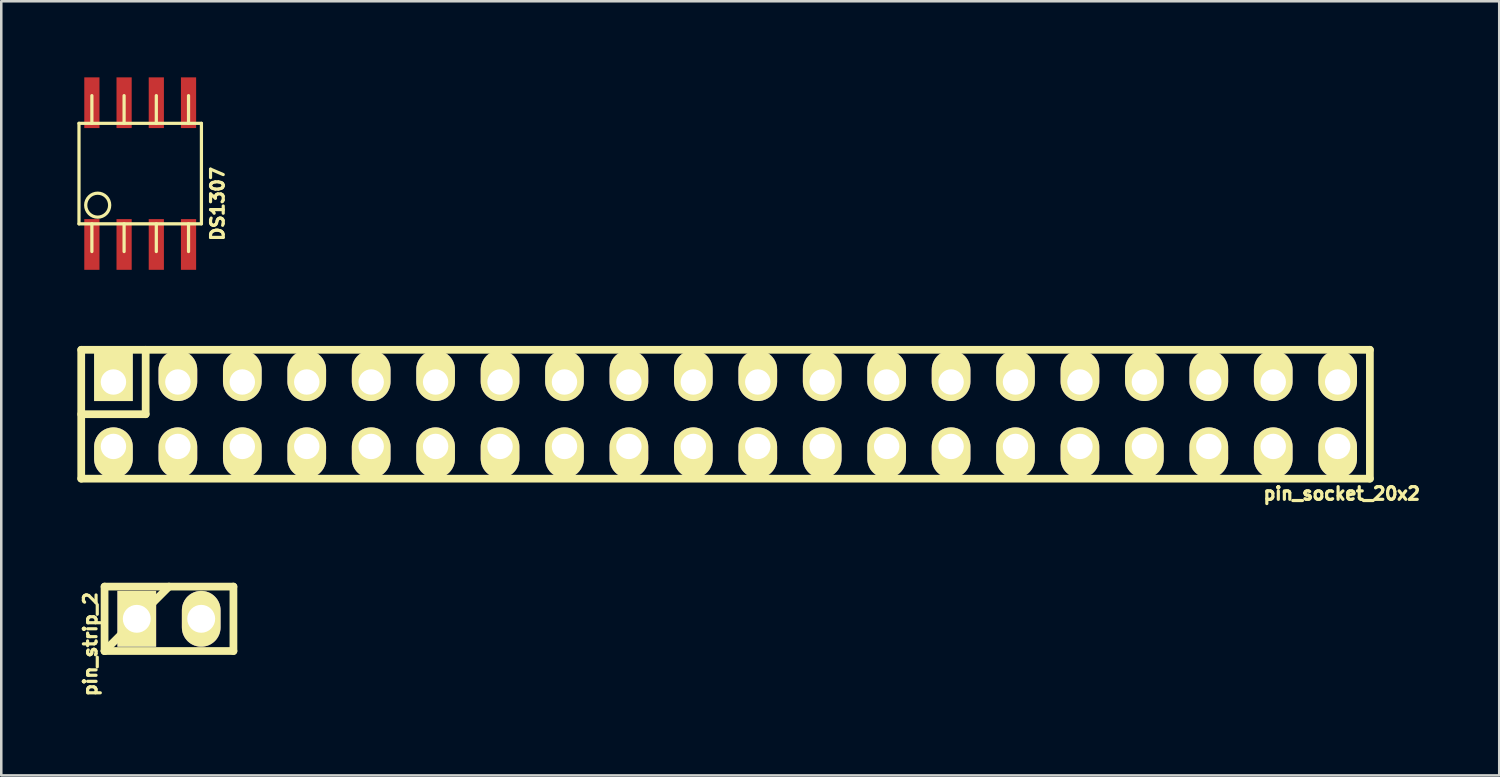
<source format=kicad_pcb>
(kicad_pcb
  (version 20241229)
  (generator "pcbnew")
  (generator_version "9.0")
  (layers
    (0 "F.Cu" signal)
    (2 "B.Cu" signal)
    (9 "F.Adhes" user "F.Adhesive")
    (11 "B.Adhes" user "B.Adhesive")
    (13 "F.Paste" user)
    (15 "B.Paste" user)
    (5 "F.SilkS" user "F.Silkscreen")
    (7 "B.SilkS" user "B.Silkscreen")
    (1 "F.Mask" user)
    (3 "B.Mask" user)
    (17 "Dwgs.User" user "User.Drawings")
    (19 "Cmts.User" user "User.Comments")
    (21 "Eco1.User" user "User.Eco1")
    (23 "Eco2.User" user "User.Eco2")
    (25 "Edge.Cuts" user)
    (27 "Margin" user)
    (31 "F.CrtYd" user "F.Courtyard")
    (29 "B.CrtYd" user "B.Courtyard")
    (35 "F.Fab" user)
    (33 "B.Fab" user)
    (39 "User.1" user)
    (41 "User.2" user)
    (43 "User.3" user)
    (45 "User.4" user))
  (footprint "pin_strip_2"
    (layer "F.Cu")
    (at 3.612 21.344)
    (property "Reference" "pin_strip_2" (at -3.1 1 90) (layer "F.SilkS") (effects (font (size 0.5 0.5) (thickness 0.125))))
    (attr through_hole)
    (fp_line (start -2.54 -1.27) (end 2.54 -1.27) (stroke (width 0.305) (type solid)) (layer "F.SilkS"))
    (fp_line (start -2.54 1.27) (end -2.54 -1.27) (stroke (width 0.305) (type solid)) (layer "F.SilkS"))
    (fp_line (start -2.54 1.27) (end 0 -1.27) (stroke (width 0.305) (type solid)) (layer "F.SilkS"))
    (fp_line (start 2.54 -1.27) (end 2.54 1.27) (stroke (width 0.305) (type solid)) (layer "F.SilkS"))
    (fp_line (start 2.54 1.27) (end -2.54 1.27) (stroke (width 0.305) (type solid)) (layer "F.SilkS"))
    (pad "1" thru_hole rect (at -1.27 0) (size 1.524 2.2) (drill 1.1) (layers "*.Cu" "*.Mask" "F.SilkS"))
    (pad "2" thru_hole oval (at 1.27 0) (size 1.524 2.2) (drill 1.1) (layers "*.Cu" "*.Mask" "F.SilkS")))
  (footprint "DS1307"
    (layer "F.Cu")
    (at 2.477 3.793)
    (property "Reference" "DS1307" (at 3.048 1.194 90) (layer "F.SilkS") (effects (font (size 0.5 0.5) (thickness 0.125))))
    (attr through_hole)
    (fp_line (start -2.413 -1.981) (end -2.413 1.981) (stroke (width 0.127) (type solid)) (layer "F.SilkS"))
    (fp_line (start -2.413 1.981) (end 2.413 1.981) (stroke (width 0.127) (type solid)) (layer "F.SilkS"))
    (fp_line (start -1.905 -1.981) (end -1.905 -3.073) (stroke (width 0.127) (type solid)) (layer "F.SilkS"))
    (fp_line (start -1.905 3.073) (end -1.905 1.981) (stroke (width 0.127) (type solid)) (layer "F.SilkS"))
    (fp_line (start -0.635 -1.981) (end -0.635 -3.073) (stroke (width 0.127) (type solid)) (layer "F.SilkS"))
    (fp_line (start -0.635 3.073) (end -0.635 1.981) (stroke (width 0.127) (type solid)) (layer "F.SilkS"))
    (fp_line (start 0.635 -1.981) (end 0.635 -3.073) (stroke (width 0.127) (type solid)) (layer "F.SilkS"))
    (fp_line (start 0.635 3.073) (end 0.635 1.981) (stroke (width 0.127) (type solid)) (layer "F.SilkS"))
    (fp_line (start 1.905 -3.073) (end 1.905 -1.981) (stroke (width 0.127) (type solid)) (layer "F.SilkS"))
    (fp_line (start 1.905 1.981) (end 1.905 3.073) (stroke (width 0.127) (type solid)) (layer "F.SilkS"))
    (fp_line (start 2.413 -1.981) (end -2.413 -1.981) (stroke (width 0.127) (type solid)) (layer "F.SilkS"))
    (fp_line (start 2.413 1.981) (end 2.413 -1.981) (stroke (width 0.127) (type solid)) (layer "F.SilkS"))
    (fp_circle (center -1.676 1.245) (end -1.956 1.626) (stroke (width 0.127) (type solid)) (fill no) (layer "F.SilkS"))
    (pad "1" smd rect (at -1.905 2.794) (size 0.599 1.999) (layers "F.Cu" "F.Mask" "F.Paste"))
    (pad "2" smd rect (at -0.635 2.794) (size 0.599 1.999) (layers "F.Cu" "F.Mask" "F.Paste"))
    (pad "3" smd rect (at 0.635 2.794) (size 0.599 1.999) (layers "F.Cu" "F.Mask" "F.Paste"))
    (pad "4" smd rect (at 1.905 2.794) (size 0.599 1.999) (layers "F.Cu" "F.Mask" "F.Paste"))
    (pad "5" smd rect (at 1.905 -2.794) (size 0.599 1.999) (layers "F.Cu" "F.Mask" "F.Paste"))
    (pad "6" smd rect (at 0.635 -2.794) (size 0.599 1.999) (layers "F.Cu" "F.Mask" "F.Paste"))
    (pad "7" smd rect (at -0.635 -2.794) (size 0.599 1.999) (layers "F.Cu" "F.Mask" "F.Paste"))
    (pad "8" smd rect (at -1.905 -2.794) (size 0.599 1.999) (layers "F.Cu" "F.Mask" "F.Paste")))
  (footprint "pin_socket_20x2"
    (layer "F.Cu")
    (at 25.552 13.279)
    (property "Reference" "pin_socket_20x2" (at 24.29 3.13 0) (layer "F.SilkS") (effects (font (size 0.5 0.5) (thickness 0.125))))
    (attr through_hole)
    (fp_line (start -25.4 -2.54) (end -25.4 2.54) (stroke (width 0.305) (type solid)) (layer "F.SilkS"))
    (fp_line (start -25.4 -2.54) (end 25.4 -2.54) (stroke (width 0.305) (type solid)) (layer "F.SilkS"))
    (fp_line (start -25.4 0) (end -22.86 0) (stroke (width 0.305) (type solid)) (layer "F.SilkS"))
    (fp_line (start -22.86 0) (end -22.86 -2.54) (stroke (width 0.305) (type solid)) (layer "F.SilkS"))
    (fp_line (start 25.4 2.54) (end -25.4 2.54) (stroke (width 0.305) (type solid)) (layer "F.SilkS"))
    (fp_line (start 25.4 2.54) (end 25.4 -2.54) (stroke (width 0.305) (type solid)) (layer "F.SilkS"))
    (pad "1" thru_hole rect (at -24.13 -1.27 180) (size 1.524 1.999) (drill 1.001 (offset 0 0.249)) (layers "*.Cu" "*.Mask" "F.SilkS"))
    (pad "2" thru_hole oval (at -24.13 1.27 180) (size 1.524 1.999) (drill 1.001 (offset 0 -0.249)) (layers "*.Cu" "*.Mask" "F.SilkS"))
    (pad "3" thru_hole oval (at -21.59 -1.27) (size 1.524 1.999) (drill 1.001 (offset 0 -0.249)) (layers "*.Cu" "*.Mask" "F.SilkS"))
    (pad "4" thru_hole oval (at -21.59 1.27) (size 1.524 1.999) (drill 1.001 (offset 0 0.249)) (layers "*.Cu" "*.Mask" "F.SilkS"))
    (pad "5" thru_hole oval (at -19.05 -1.27) (size 1.524 1.999) (drill 1.001 (offset 0 -0.249)) (layers "*.Cu" "*.Mask" "F.SilkS"))
    (pad "6" thru_hole oval (at -19.05 1.27) (size 1.524 1.999) (drill 1.001 (offset 0 0.249)) (layers "*.Cu" "*.Mask" "F.SilkS"))
    (pad "7" thru_hole oval (at -16.51 -1.27) (size 1.524 1.999) (drill 1.001 (offset 0 -0.249)) (layers "*.Cu" "*.Mask" "F.SilkS"))
    (pad "8" thru_hole oval (at -16.51 1.27) (size 1.524 1.999) (drill 1.001 (offset 0 0.249)) (layers "*.Cu" "*.Mask" "F.SilkS"))
    (pad "9" thru_hole oval (at -13.97 -1.27) (size 1.524 1.999) (drill 1.001 (offset 0 -0.249)) (layers "*.Cu" "*.Mask" "F.SilkS"))
    (pad "10" thru_hole oval (at -13.97 1.27) (size 1.524 1.999) (drill 1.001 (offset 0 0.249)) (layers "*.Cu" "*.Mask" "F.SilkS"))
    (pad "11" thru_hole oval (at -11.43 -1.27) (size 1.524 1.999) (drill 1.001 (offset 0 -0.249)) (layers "*.Cu" "*.Mask" "F.SilkS"))
    (pad "12" thru_hole oval (at -11.43 1.27) (size 1.524 1.999) (drill 1.001 (offset 0 0.249)) (layers "*.Cu" "*.Mask" "F.SilkS"))
    (pad "13" thru_hole oval (at -8.89 -1.27) (size 1.524 1.999) (drill 1.001 (offset 0 -0.249)) (layers "*.Cu" "*.Mask" "F.SilkS"))
    (pad "14" thru_hole oval (at -8.89 1.27) (size 1.524 1.999) (drill 1.001 (offset 0 0.249)) (layers "*.Cu" "*.Mask" "F.SilkS"))
    (pad "15" thru_hole oval (at -6.35 -1.27) (size 1.524 1.999) (drill 1.001 (offset 0 -0.249)) (layers "*.Cu" "*.Mask" "F.SilkS"))
    (pad "16" thru_hole oval (at -6.35 1.27) (size 1.524 1.999) (drill 1.001 (offset 0 0.249)) (layers "*.Cu" "*.Mask" "F.SilkS"))
    (pad "17" thru_hole oval (at -3.81 -1.27) (size 1.524 1.999) (drill 1.001 (offset 0 -0.249)) (layers "*.Cu" "*.Mask" "F.SilkS"))
    (pad "18" thru_hole oval (at -3.81 1.27) (size 1.524 1.999) (drill 1.001 (offset 0 0.249)) (layers "*.Cu" "*.Mask" "F.SilkS"))
    (pad "19" thru_hole oval (at -1.27 -1.27) (size 1.524 1.999) (drill 1.001 (offset 0 -0.249)) (layers "*.Cu" "*.Mask" "F.SilkS"))
    (pad "20" thru_hole oval (at -1.27 1.27) (size 1.524 1.999) (drill 1.001 (offset 0 0.249)) (layers "*.Cu" "*.Mask" "F.SilkS"))
    (pad "21" thru_hole oval (at 1.27 -1.27) (size 1.524 1.999) (drill 1.001 (offset 0 -0.249)) (layers "*.Cu" "*.Mask" "F.SilkS"))
    (pad "22" thru_hole oval (at 1.27 1.27) (size 1.524 1.999) (drill 1.001 (offset 0 0.249)) (layers "*.Cu" "*.Mask" "F.SilkS"))
    (pad "23" thru_hole oval (at 3.81 -1.27) (size 1.524 1.999) (drill 1.001 (offset 0 -0.249)) (layers "*.Cu" "*.Mask" "F.SilkS"))
    (pad "24" thru_hole oval (at 3.81 1.27) (size 1.524 1.999) (drill 1.001 (offset 0 0.249)) (layers "*.Cu" "*.Mask" "F.SilkS"))
    (pad "25" thru_hole oval (at 6.35 -1.27) (size 1.524 1.999) (drill 1.001 (offset 0 -0.249)) (layers "*.Cu" "*.Mask" "F.SilkS"))
    (pad "26" thru_hole oval (at 6.35 1.27) (size 1.524 1.999) (drill 1.001 (offset 0 0.249)) (layers "*.Cu" "*.Mask" "F.SilkS"))
    (pad "27" thru_hole oval (at 8.89 -1.27) (size 1.524 1.999) (drill 1.001 (offset 0 -0.249)) (layers "*.Cu" "*.Mask" "F.SilkS"))
    (pad "28" thru_hole oval (at 8.89 1.27) (size 1.524 1.999) (drill 1.001 (offset 0 0.249)) (layers "*.Cu" "*.Mask" "F.SilkS"))
    (pad "29" thru_hole oval (at 11.43 -1.27) (size 1.524 1.999) (drill 1.001 (offset 0 -0.249)) (layers "*.Cu" "*.Mask" "F.SilkS"))
    (pad "30" thru_hole oval (at 11.43 1.27) (size 1.524 1.999) (drill 1.001 (offset 0 0.249)) (layers "*.Cu" "*.Mask" "F.SilkS"))
    (pad "31" thru_hole oval (at 13.97 -1.27) (size 1.524 1.999) (drill 1.001 (offset 0 -0.249)) (layers "*.Cu" "*.Mask" "F.SilkS"))
    (pad "32" thru_hole oval (at 13.97 1.27) (size 1.524 1.999) (drill 1.001 (offset 0 0.249)) (layers "*.Cu" "*.Mask" "F.SilkS"))
    (pad "33" thru_hole oval (at 16.51 -1.27) (size 1.524 1.999) (drill 1.001 (offset 0 -0.249)) (layers "*.Cu" "*.Mask" "F.SilkS"))
    (pad "34" thru_hole oval (at 16.51 1.27) (size 1.524 1.999) (drill 1.001 (offset 0 0.249)) (layers "*.Cu" "*.Mask" "F.SilkS"))
    (pad "35" thru_hole oval (at 19.05 -1.27) (size 1.524 1.999) (drill 1.001 (offset 0 -0.249)) (layers "*.Cu" "*.Mask" "F.SilkS"))
    (pad "36" thru_hole oval (at 19.05 1.27) (size 1.524 1.999) (drill 1.001 (offset 0 0.249)) (layers "*.Cu" "*.Mask" "F.SilkS"))
    (pad "37" thru_hole oval (at 21.59 -1.27) (size 1.524 1.999) (drill 1.001 (offset 0 -0.249)) (layers "*.Cu" "*.Mask" "F.SilkS"))
    (pad "38" thru_hole oval (at 21.59 1.27) (size 1.524 1.999) (drill 1.001 (offset 0 0.249)) (layers "*.Cu" "*.Mask" "F.SilkS"))
    (pad "39" thru_hole oval (at 24.13 -1.27) (size 1.524 1.999) (drill 1.001 (offset 0 -0.249)) (layers "*.Cu" "*.Mask" "F.SilkS"))
    (pad "40" thru_hole oval (at 24.13 1.27) (size 1.524 1.999) (drill 1.001 (offset 0 0.249)) (layers "*.Cu" "*.Mask" "F.SilkS")))
  (gr_rect
    (start -3 -3)
    (end 56.051 27.517)
    (stroke (width 0.1) (type default))
    (fill no)
    (layer "Edge.Cuts")))
</source>
